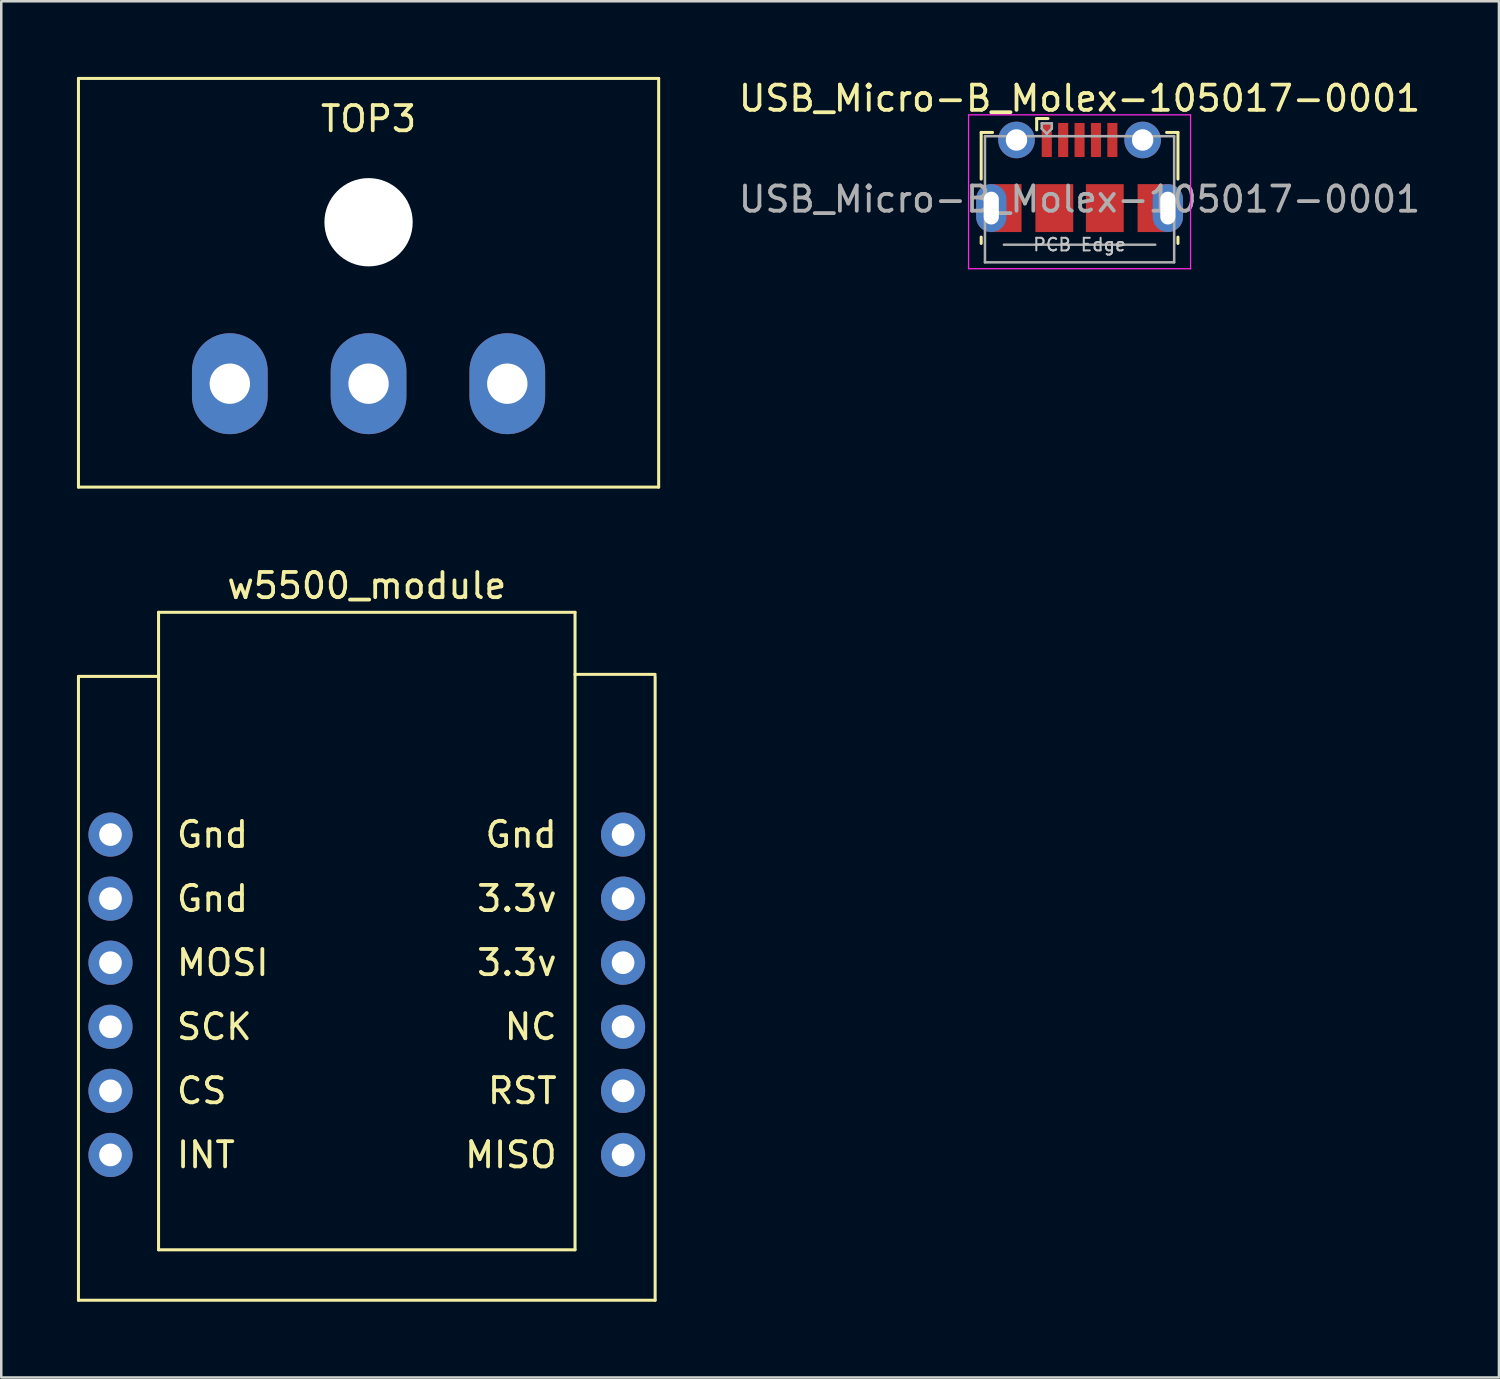
<source format=kicad_pcb>
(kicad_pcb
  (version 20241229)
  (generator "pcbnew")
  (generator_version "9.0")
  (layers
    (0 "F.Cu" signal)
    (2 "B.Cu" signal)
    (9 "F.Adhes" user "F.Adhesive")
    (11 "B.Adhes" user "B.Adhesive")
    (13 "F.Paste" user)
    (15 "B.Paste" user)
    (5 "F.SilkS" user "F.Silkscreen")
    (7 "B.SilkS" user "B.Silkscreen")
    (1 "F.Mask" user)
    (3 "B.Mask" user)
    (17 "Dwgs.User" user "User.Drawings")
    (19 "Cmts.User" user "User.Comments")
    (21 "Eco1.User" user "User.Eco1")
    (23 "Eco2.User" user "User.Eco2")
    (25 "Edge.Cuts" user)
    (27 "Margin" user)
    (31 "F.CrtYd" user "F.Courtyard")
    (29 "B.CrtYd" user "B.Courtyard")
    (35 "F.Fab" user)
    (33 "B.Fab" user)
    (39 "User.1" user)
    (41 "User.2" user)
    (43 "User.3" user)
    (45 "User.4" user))
  (footprint "USB_Micro-B_Molex-105017-0001"
    (layer "F.Cu")
    (at 39.745 3.961)
    (property "Reference" "USB_Micro-B_Molex-105017-0001" (at 0 -3.112 0) (layer "F.SilkS") (effects (font (size 1 1) (thickness 0.15))))
    (attr smd)
    (fp_line (start -3.9 -1.762) (end -3.45 -1.762) (stroke (width 0.12) (type solid)) (layer "F.SilkS"))
    (fp_line (start -3.9 0.087) (end -3.9 -1.762) (stroke (width 0.12) (type solid)) (layer "F.SilkS"))
    (fp_line (start -3.9 2.638) (end -3.9 2.388) (stroke (width 0.12) (type solid)) (layer "F.SilkS"))
    (fp_line (start -1.7 -2.312) (end -1.7 -1.863) (stroke (width 0.12) (type solid)) (layer "F.SilkS"))
    (fp_line (start -1.7 -2.312) (end -1.25 -2.312) (stroke (width 0.12) (type solid)) (layer "F.SilkS"))
    (fp_line (start 3.9 -1.762) (end 3.45 -1.762) (stroke (width 0.12) (type solid)) (layer "F.SilkS"))
    (fp_line (start 3.9 0.087) (end 3.9 -1.762) (stroke (width 0.12) (type solid)) (layer "F.SilkS"))
    (fp_line (start 3.9 2.638) (end 3.9 2.388) (stroke (width 0.12) (type solid)) (layer "F.SilkS"))
    (fp_line (start -4.4 -2.46) (end 4.4 -2.46) (stroke (width 0.05) (type solid)) (layer "F.CrtYd"))
    (fp_line (start -4.4 3.64) (end -4.4 -2.46) (stroke (width 0.05) (type solid)) (layer "F.CrtYd"))
    (fp_line (start -4.4 3.64) (end 4.4 3.64) (stroke (width 0.05) (type solid)) (layer "F.CrtYd"))
    (fp_line (start 4.4 -2.46) (end 4.4 3.64) (stroke (width 0.05) (type solid)) (layer "F.CrtYd"))
    (fp_line (start -3.75 -1.613) (end 3.75 -1.613) (stroke (width 0.1) (type solid)) (layer "F.Fab"))
    (fp_line (start -3.75 3.388) (end -3.75 -1.613) (stroke (width 0.1) (type solid)) (layer "F.Fab"))
    (fp_line (start -3.75 3.389) (end 3.75 3.389) (stroke (width 0.1) (type solid)) (layer "F.Fab"))
    (fp_line (start -3 2.689) (end 3 2.689) (stroke (width 0.1) (type solid)) (layer "F.Fab"))
    (fp_line (start -1.5 -2.123) (end -1.5 -1.913) (stroke (width 0.1) (type solid)) (layer "F.Fab"))
    (fp_line (start -1.5 -2.123) (end -1.1 -2.123) (stroke (width 0.1) (type solid)) (layer "F.Fab"))
    (fp_line (start -1.3 -1.712) (end -1.5 -1.913) (stroke (width 0.1) (type solid)) (layer "F.Fab"))
    (fp_line (start -1.1 -2.123) (end -1.1 -1.913) (stroke (width 0.1) (type solid)) (layer "F.Fab"))
    (fp_line (start -1.1 -1.913) (end -1.3 -1.712) (stroke (width 0.1) (type solid)) (layer "F.Fab"))
    (fp_line (start 3.75 3.388) (end 3.75 -1.613) (stroke (width 0.1) (type solid)) (layer "F.Fab"))
    (fp_text user "PCB Edge" (at 0 2.688 0) (layer "Dwgs.User") (effects (font (size 0.5 0.5) (thickness 0.08))))
    (fp_text user "${REFERENCE}" (at 0 0.887 0) (layer "F.Fab") (effects (font (size 1 1) (thickness 0.15))))
    (pad "1" smd rect (at -1.3 -1.462) (size 0.4 1.35) (layers "F.Cu" "F.Mask" "F.Paste"))
    (pad "2" smd rect (at -0.65 -1.462) (size 0.4 1.35) (layers "F.Cu" "F.Mask" "F.Paste"))
    (pad "3" smd rect (at 0 -1.462) (size 0.4 1.35) (layers "F.Cu" "F.Mask" "F.Paste"))
    (pad "4" smd rect (at 0.65 -1.462) (size 0.4 1.35) (layers "F.Cu" "F.Mask" "F.Paste"))
    (pad "5" smd rect (at 1.3 -1.462) (size 0.4 1.35) (layers "F.Cu" "F.Mask" "F.Paste"))
    (pad "6" thru_hole oval (at -3.5 1.238 180) (size 1.2 1.9) (drill oval 0.6 1.3) (layers "*.Cu" "*.Mask"))
    (pad "6" smd rect (at -2.9 1.238) (size 1.2 1.9) (layers "F.Cu" "F.Mask"))
    (pad "6" thru_hole circle (at -2.5 -1.462) (size 1.45 1.45) (drill 0.85) (layers "*.Cu" "*.Mask"))
    (pad "6" smd rect (at -1 1.238) (size 1.5 1.9) (layers "F.Cu" "F.Mask" "F.Paste"))
    (pad "6" smd rect (at 1 1.238) (size 1.5 1.9) (layers "F.Cu" "F.Mask" "F.Paste"))
    (pad "6" thru_hole circle (at 2.5 -1.462) (size 1.45 1.45) (drill 0.85) (layers "*.Cu" "*.Mask"))
    (pad "6" smd rect (at 2.9 1.238) (size 1.2 1.9) (layers "F.Cu" "F.Mask"))
    (pad "6" thru_hole oval (at 3.5 1.238) (size 1.2 1.9) (drill oval 0.6 1.3) (layers "*.Cu" "*.Mask")))
  (footprint "w5500_module"
    (layer "F.Cu")
    (at 6.41 27.493)
    (property "Reference" "w5500_module" (at 5.08 -7.325 0) (layer "F.SilkS") (effects (font (size 1 1) (thickness 0.15))))
    (attr through_hole)
    (fp_line (start -6.35 -3.73) (end -6.35 21) (stroke (width 0.12) (type solid)) (layer "F.SilkS"))
    (fp_line (start -6.35 21) (end 16.51 21) (stroke (width 0.12) (type solid)) (layer "F.SilkS"))
    (fp_line (start -3.175 -6.27) (end -3.175 19) (stroke (width 0.12) (type solid)) (layer "F.SilkS"))
    (fp_line (start -3.175 -3.73) (end -6.35 -3.73) (stroke (width 0.12) (type solid)) (layer "F.SilkS"))
    (fp_line (start 13.335 -6.27) (end -3.175 -6.27) (stroke (width 0.12) (type solid)) (layer "F.SilkS"))
    (fp_line (start 13.335 19) (end -3.175 19) (stroke (width 0.12) (type solid)) (layer "F.SilkS"))
    (fp_line (start 13.335 19) (end 13.335 -6.27) (stroke (width 0.12) (type solid)) (layer "F.SilkS"))
    (fp_line (start 16.51 -3.81) (end 13.335 -3.81) (stroke (width 0.12) (type solid)) (layer "F.SilkS"))
    (fp_line (start 16.51 21) (end 16.51 -3.73) (stroke (width 0.12) (type solid)) (layer "F.SilkS"))
    (fp_text user "MISO" (at 12.7 15.24 0) (layer "F.SilkS") (effects (font (size 1 1) (thickness 0.15)) (justify right)))
    (fp_text user "RST" (at 12.7 12.7 0) (layer "F.SilkS") (effects (font (size 1 1) (thickness 0.15)) (justify right)))
    (fp_text user "INT" (at -2.54 15.24 0) (layer "F.SilkS") (effects (font (size 1 1) (thickness 0.15)) (justify left)))
    (fp_text user "Gnd" (at -2.54 2.54 0) (layer "F.SilkS") (effects (font (size 1 1) (thickness 0.15)) (justify left)))
    (fp_text user "MOSI" (at -2.54 7.62 0) (layer "F.SilkS") (effects (font (size 1 1) (thickness 0.15)) (justify left)))
    (fp_text user "Gnd" (at 12.7 2.54 0) (layer "F.SilkS") (effects (font (size 1 1) (thickness 0.15)) (justify right)))
    (fp_text user "CS" (at -2.54 12.7 0) (layer "F.SilkS") (effects (font (size 1 1) (thickness 0.15)) (justify left)))
    (fp_text user "Gnd" (at -2.54 5.08 0) (layer "F.SilkS") (effects (font (size 1 1) (thickness 0.15)) (justify left)))
    (fp_text user "3.3v" (at 12.7 5.08 0) (layer "F.SilkS") (effects (font (size 1 1) (thickness 0.15)) (justify right)))
    (fp_text user "SCK" (at -2.54 10.16 0) (layer "F.SilkS") (effects (font (size 1 1) (thickness 0.15)) (justify left)))
    (fp_text user "NC" (at 12.7 10.16 0) (layer "F.SilkS") (effects (font (size 1 1) (thickness 0.15)) (justify right)))
    (fp_text user "3.3v" (at 12.7 7.62 0) (layer "F.SilkS") (effects (font (size 1 1) (thickness 0.15)) (justify right)))
    (pad "1" thru_hole circle (at -5.08 2.54) (size 1.75 1.75) (drill 0.9) (layers "*.Cu" "*.Mask"))
    (pad "2" thru_hole circle (at -5.08 5.08) (size 1.75 1.75) (drill 0.9) (layers "*.Cu" "*.Mask"))
    (pad "3" thru_hole circle (at -5.08 7.62) (size 1.75 1.75) (drill 0.9) (layers "*.Cu" "*.Mask"))
    (pad "4" thru_hole circle (at -5.08 10.16) (size 1.75 1.75) (drill 0.9) (layers "*.Cu" "*.Mask"))
    (pad "5" thru_hole circle (at -5.08 12.7) (size 1.75 1.75) (drill 0.9) (layers "*.Cu" "*.Mask"))
    (pad "6" thru_hole circle (at -5.08 15.24) (size 1.75 1.75) (drill 0.9) (layers "*.Cu" "*.Mask"))
    (pad "7" thru_hole circle (at 15.24 15.24) (size 1.75 1.75) (drill 0.9) (layers "*.Cu" "*.Mask"))
    (pad "8" thru_hole circle (at 15.24 12.7) (size 1.75 1.75) (drill 0.9) (layers "*.Cu" "*.Mask"))
    (pad "9" thru_hole circle (at 15.24 10.16) (size 1.75 1.75) (drill 0.9) (layers "*.Cu" "*.Mask"))
    (pad "10" thru_hole circle (at 15.24 7.62) (size 1.75 1.75) (drill 0.9) (layers "*.Cu" "*.Mask"))
    (pad "11" thru_hole circle (at 15.24 5.08) (size 1.75 1.75) (drill 0.9) (layers "*.Cu" "*.Mask"))
    (pad "12" thru_hole circle (at 15.24 2.54) (size 1.75 1.75) (drill 0.9) (layers "*.Cu" "*.Mask")))
  (footprint "TOP3"
    (layer "F.Cu")
    (at 11.56 1.16)
    (property "Reference" "TOP3" (at 0 0.5 0) (layer "F.SilkS") (effects (font (size 1 1) (thickness 0.15))))
    (attr through_hole)
    (fp_line (start -11.5 -1.1) (end -11.5 15.1) (stroke (width 0.12) (type solid)) (layer "F.SilkS"))
    (fp_line (start -11.5 15.1) (end 11.5 15.1) (stroke (width 0.12) (type solid)) (layer "F.SilkS"))
    (fp_line (start 11.5 -1.1) (end -11.5 -1.1) (stroke (width 0.12) (type solid)) (layer "F.SilkS"))
    (fp_line (start 11.5 15.1) (end 11.5 -1.1) (stroke (width 0.12) (type solid)) (layer "F.SilkS"))
    (pad "" np_thru_hole circle (at 0 4.6 90) (size 3.5 3.5) (drill 3.5) (layers "*.Cu" "*.Mask"))
    (pad "1" thru_hole oval (at -5.5 11 90) (size 4 3) (drill 1.6) (layers "*.Cu" "*.Mask"))
    (pad "2" thru_hole oval (at 0 11 90) (size 4 3) (drill 1.6) (layers "*.Cu" "*.Mask"))
    (pad "3" thru_hole oval (at 5.5 11 90) (size 4 3) (drill 1.6) (layers "*.Cu" "*.Mask")))
  (gr_rect
    (start -3 -3)
    (end 56.37 51.553)
    (stroke (width 0.1) (type default))
    (fill no)
    (layer "Edge.Cuts")))
</source>
